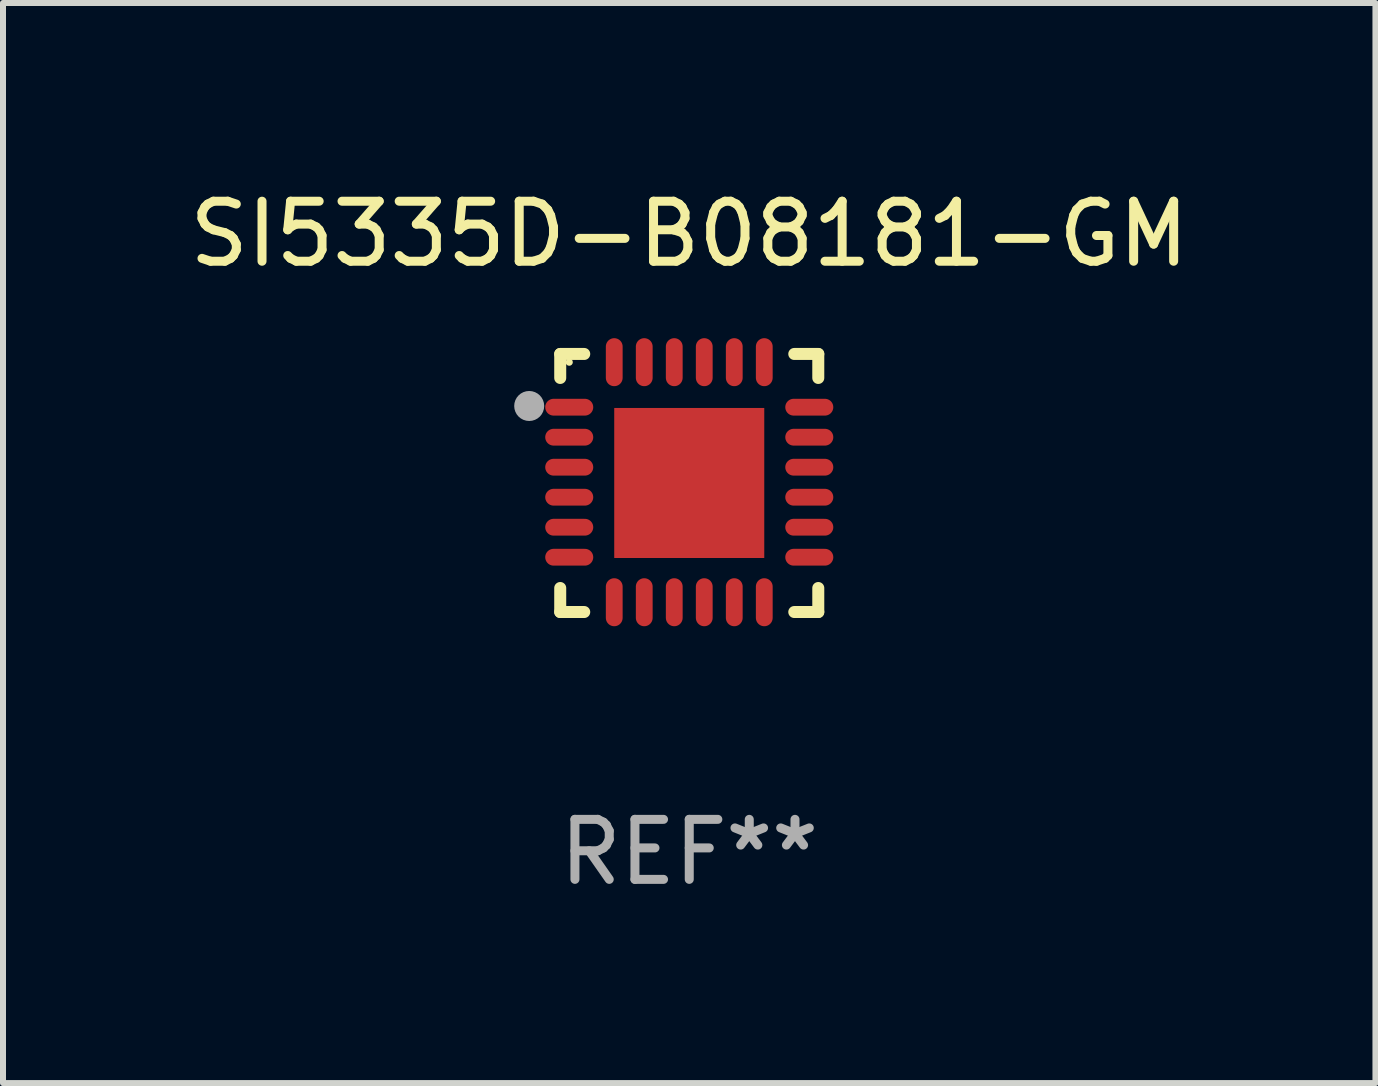
<source format=kicad_pcb>
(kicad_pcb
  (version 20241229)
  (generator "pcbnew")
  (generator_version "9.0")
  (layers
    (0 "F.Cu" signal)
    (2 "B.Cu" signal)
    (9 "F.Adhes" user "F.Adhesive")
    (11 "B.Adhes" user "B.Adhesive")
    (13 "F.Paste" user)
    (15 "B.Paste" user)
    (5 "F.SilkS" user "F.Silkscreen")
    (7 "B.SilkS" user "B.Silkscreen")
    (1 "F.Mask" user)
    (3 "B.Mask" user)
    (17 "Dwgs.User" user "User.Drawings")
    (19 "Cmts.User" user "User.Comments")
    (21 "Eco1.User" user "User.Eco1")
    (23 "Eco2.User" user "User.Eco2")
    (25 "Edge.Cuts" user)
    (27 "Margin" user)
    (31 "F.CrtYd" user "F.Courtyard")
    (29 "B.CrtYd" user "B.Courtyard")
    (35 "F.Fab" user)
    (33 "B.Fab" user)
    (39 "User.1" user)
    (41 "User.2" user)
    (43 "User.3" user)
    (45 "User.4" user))
  (footprint "SI5335D-B08181-GM"
    (layer "F.Cu")
    (at 8.435 4.998)
    (property "Reference" "SI5335D-B08181-GM" (at 0 -4.15 0) (layer "F.SilkS") (effects (font (size 1 1) (thickness 0.15))))
    (attr through_hole)
    (fp_line (start -2.15 -2.15) (end -1.75 -2.15) (stroke (width 0.2) (type solid)) (layer "F.SilkS"))
    (fp_line (start -2.15 -1.75) (end -2.15 -2.15) (stroke (width 0.2) (type solid)) (layer "F.SilkS"))
    (fp_line (start -2.15 2.15) (end -2.15 1.75) (stroke (width 0.2) (type solid)) (layer "F.SilkS"))
    (fp_line (start -1.75 2.15) (end -2.15 2.15) (stroke (width 0.2) (type solid)) (layer "F.SilkS"))
    (fp_line (start 1.75 -2.15) (end 2.15 -2.15) (stroke (width 0.2) (type solid)) (layer "F.SilkS"))
    (fp_line (start 1.75 2.15) (end 2.15 2.15) (stroke (width 0.2) (type solid)) (layer "F.SilkS"))
    (fp_line (start 2.15 -2.15) (end 2.15 -1.75) (stroke (width 0.2) (type solid)) (layer "F.SilkS"))
    (fp_line (start 2.15 2.15) (end 2.15 1.75) (stroke (width 0.2) (type solid)) (layer "F.SilkS"))
    (fp_circle (center -2 -2.013) (end -1.97 -2.013) (stroke (width 0.06) (type solid)) (fill no) (layer "F.SilkS"))
    (fp_circle (center -2.667 -1.283) (end -2.542 -1.283) (stroke (width 0.25) (type solid)) (fill no) (layer "F.Fab"))
    (fp_text user "REF**" (at 0 6.15 0) (layer "F.Fab") (effects (font (size 1 1) (thickness 0.15))))
    (pad "1" smd oval (at -2 -1.263) (size 0.8 0.28) (layers "F.Cu" "F.Mask" "F.Paste"))
    (pad "2" smd oval (at -2 -0.763) (size 0.8 0.28) (layers "F.Cu" "F.Mask" "F.Paste"))
    (pad "3" smd oval (at -2 -0.263) (size 0.8 0.28) (layers "F.Cu" "F.Mask" "F.Paste"))
    (pad "4" smd oval (at -2 0.237) (size 0.8 0.28) (layers "F.Cu" "F.Mask" "F.Paste"))
    (pad "5" smd oval (at -2 0.737) (size 0.8 0.28) (layers "F.Cu" "F.Mask" "F.Paste"))
    (pad "6" smd oval (at -2 1.237) (size 0.8 0.28) (layers "F.Cu" "F.Mask" "F.Paste"))
    (pad "7" smd oval (at -1.25 1.987) (size 0.28 0.8) (layers "F.Cu" "F.Mask" "F.Paste"))
    (pad "8" smd oval (at -0.75 1.987) (size 0.28 0.8) (layers "F.Cu" "F.Mask" "F.Paste"))
    (pad "9" smd oval (at -0.25 1.987) (size 0.28 0.8) (layers "F.Cu" "F.Mask" "F.Paste"))
    (pad "10" smd oval (at 0.25 1.987) (size 0.28 0.8) (layers "F.Cu" "F.Mask" "F.Paste"))
    (pad "11" smd oval (at 0.75 1.987) (size 0.28 0.8) (layers "F.Cu" "F.Mask" "F.Paste"))
    (pad "12" smd oval (at 1.25 1.987) (size 0.28 0.8) (layers "F.Cu" "F.Mask" "F.Paste"))
    (pad "13" smd oval (at 2 1.237) (size 0.8 0.28) (layers "F.Cu" "F.Mask" "F.Paste"))
    (pad "14" smd oval (at 2 0.737) (size 0.8 0.28) (layers "F.Cu" "F.Mask" "F.Paste"))
    (pad "15" smd oval (at 2 0.237) (size 0.8 0.28) (layers "F.Cu" "F.Mask" "F.Paste"))
    (pad "16" smd oval (at 2 -0.263) (size 0.8 0.28) (layers "F.Cu" "F.Mask" "F.Paste"))
    (pad "17" smd oval (at 2 -0.763) (size 0.8 0.28) (layers "F.Cu" "F.Mask" "F.Paste"))
    (pad "18" smd oval (at 2 -1.263) (size 0.8 0.28) (layers "F.Cu" "F.Mask" "F.Paste"))
    (pad "19" smd oval (at 1.25 -2.013) (size 0.28 0.8) (layers "F.Cu" "F.Mask" "F.Paste"))
    (pad "20" smd oval (at 0.75 -2.013) (size 0.28 0.8) (layers "F.Cu" "F.Mask" "F.Paste"))
    (pad "21" smd oval (at 0.25 -2.013) (size 0.28 0.8) (layers "F.Cu" "F.Mask" "F.Paste"))
    (pad "22" smd oval (at -0.25 -2.013) (size 0.28 0.8) (layers "F.Cu" "F.Mask" "F.Paste"))
    (pad "23" smd oval (at -0.75 -2.013) (size 0.28 0.8) (layers "F.Cu" "F.Mask" "F.Paste"))
    (pad "24" smd oval (at -1.25 -2.013) (size 0.28 0.8) (layers "F.Cu" "F.Mask" "F.Paste"))
    (pad "25" smd rect (at -0.000127 -0.00014) (size 2.5 2.5) (layers "F.Cu" "F.Mask" "F.Paste")))
  (gr_rect
    (start -3 -3)
    (end 19.869 14.997)
    (stroke (width 0.1) (type default))
    (fill no)
    (layer "Edge.Cuts")))
</source>
